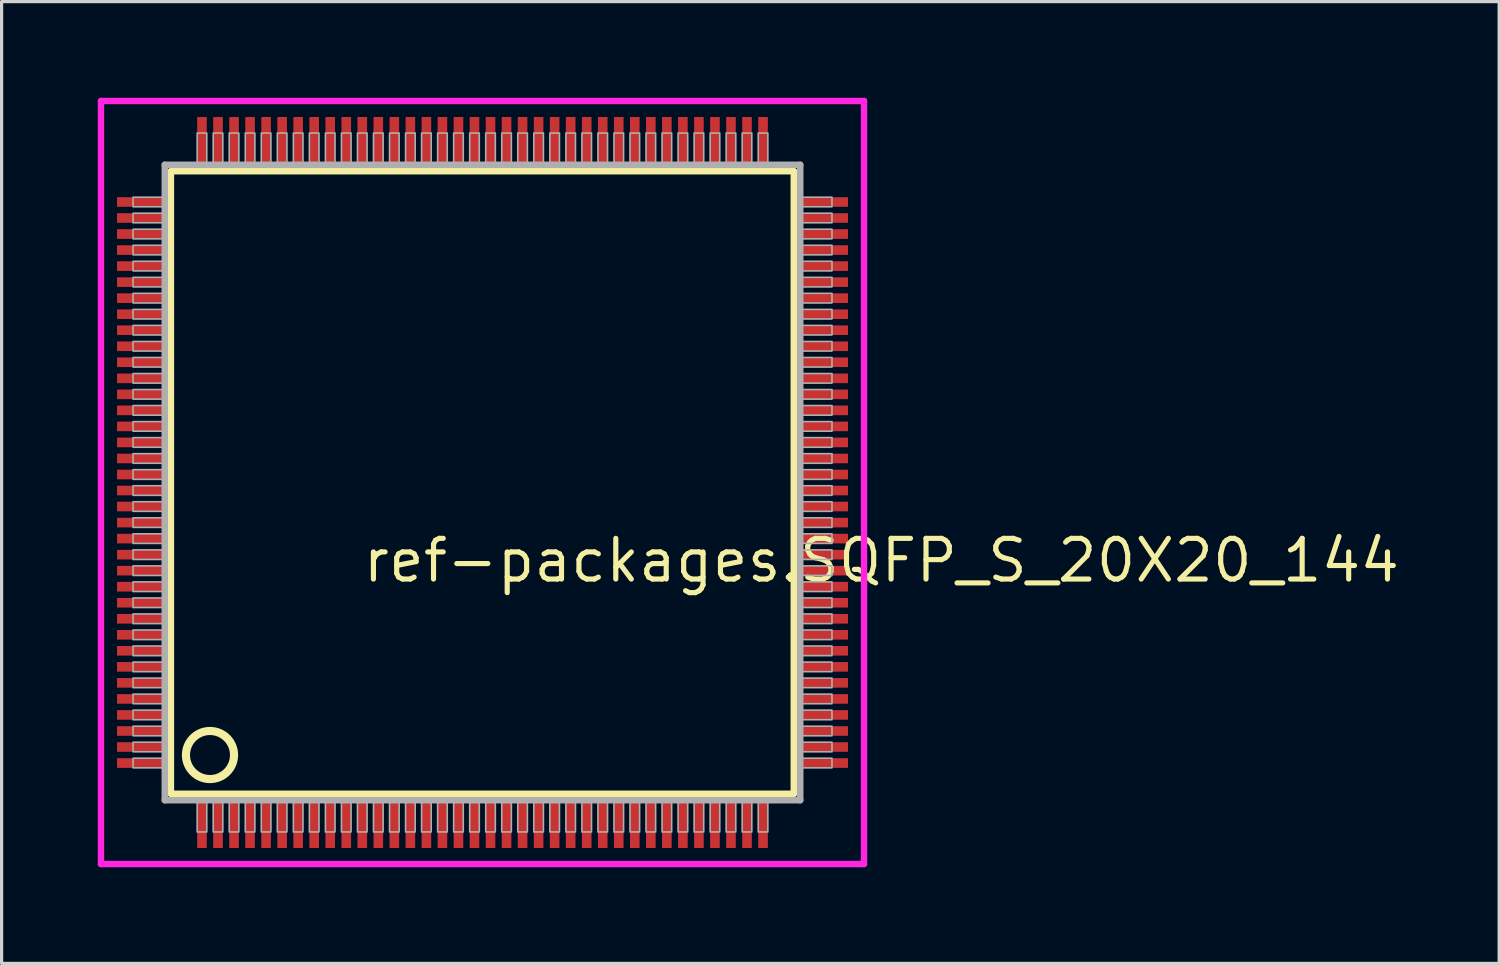
<source format=kicad_pcb>
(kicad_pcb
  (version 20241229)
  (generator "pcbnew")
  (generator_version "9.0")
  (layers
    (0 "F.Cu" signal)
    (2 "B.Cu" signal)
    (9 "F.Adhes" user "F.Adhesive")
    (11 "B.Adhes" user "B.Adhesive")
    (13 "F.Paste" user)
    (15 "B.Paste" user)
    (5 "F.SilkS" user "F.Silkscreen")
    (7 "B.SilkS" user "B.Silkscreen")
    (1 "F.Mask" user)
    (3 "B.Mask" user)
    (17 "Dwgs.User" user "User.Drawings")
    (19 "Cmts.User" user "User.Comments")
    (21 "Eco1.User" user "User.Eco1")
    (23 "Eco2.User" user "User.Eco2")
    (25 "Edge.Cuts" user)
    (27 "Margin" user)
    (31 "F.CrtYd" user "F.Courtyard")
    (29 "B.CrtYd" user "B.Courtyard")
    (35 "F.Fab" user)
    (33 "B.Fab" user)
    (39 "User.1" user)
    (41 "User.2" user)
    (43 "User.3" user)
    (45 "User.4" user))
  (footprint "ref-packages.SQFP_S_20X20_144"
    (layer "F.Cu")
    (at 12 12)
    (property "Reference" "ref-packages.SQFP_S_20X20_144" (at -3.81 3.175 0) (layer "F.SilkS") (effects (font (size 1.27 1.27) (thickness 0.16)) (justify left bottom)))
    (attr smd)
    (fp_line (start -9.72 -9.71) (end 9.71 -9.71) (stroke (width 0.203) (type default)) (layer "F.SilkS"))
    (fp_line (start -9.72 9.71) (end -9.72 -9.71) (stroke (width 0.203) (type default)) (layer "F.SilkS"))
    (fp_line (start 9.71 -9.71) (end 9.71 9.71) (stroke (width 0.203) (type default)) (layer "F.SilkS"))
    (fp_line (start 9.71 9.71) (end -9.72 9.71) (stroke (width 0.203) (type default)) (layer "F.SilkS"))
    (fp_circle (center -8.5 8.5) (end -7.75 8.5) (stroke (width 0.254) (type default)) (fill no) (layer "F.SilkS"))
    (fp_line (start -11.9 -11.9) (end 11.9 -11.9) (stroke (width 0.2) (type default)) (layer "F.CrtYd"))
    (fp_line (start -11.9 11.9) (end -11.9 -11.9) (stroke (width 0.2) (type default)) (layer "F.CrtYd"))
    (fp_line (start 11.9 -11.9) (end 11.9 11.9) (stroke (width 0.2) (type default)) (layer "F.CrtYd"))
    (fp_line (start 11.9 11.9) (end -11.9 11.9) (stroke (width 0.2) (type default)) (layer "F.CrtYd"))
    (fp_line (start -9.91 -9.91) (end -9.91 9.91) (stroke (width 0.203) (type default)) (layer "F.Fab"))
    (fp_line (start -9.91 9.91) (end 9.91 9.91) (stroke (width 0.203) (type default)) (layer "F.Fab"))
    (fp_line (start 9.91 -9.91) (end -9.91 -9.91) (stroke (width 0.203) (type default)) (layer "F.Fab"))
    (fp_line (start 9.91 9.91) (end 9.91 -9.91) (stroke (width 0.203) (type default)) (layer "F.Fab"))
    (fp_rect (start -10.9 -8.6) (end -9.95 -8.9) (stroke (width 0.05) (type default)) (fill no) (layer "F.Fab"))
    (fp_rect (start -10.9 -8.1) (end -9.95 -8.4) (stroke (width 0.05) (type default)) (fill no) (layer "F.Fab"))
    (fp_rect (start -10.9 -7.6) (end -9.95 -7.9) (stroke (width 0.05) (type default)) (fill no) (layer "F.Fab"))
    (fp_rect (start -10.9 -7.1) (end -9.95 -7.4) (stroke (width 0.05) (type default)) (fill no) (layer "F.Fab"))
    (fp_rect (start -10.9 -6.6) (end -9.95 -6.9) (stroke (width 0.05) (type default)) (fill no) (layer "F.Fab"))
    (fp_rect (start -10.9 -6.1) (end -9.95 -6.4) (stroke (width 0.05) (type default)) (fill no) (layer "F.Fab"))
    (fp_rect (start -10.9 -5.6) (end -9.95 -5.9) (stroke (width 0.05) (type default)) (fill no) (layer "F.Fab"))
    (fp_rect (start -10.9 -5.1) (end -9.95 -5.4) (stroke (width 0.05) (type default)) (fill no) (layer "F.Fab"))
    (fp_rect (start -10.9 -4.6) (end -9.95 -4.9) (stroke (width 0.05) (type default)) (fill no) (layer "F.Fab"))
    (fp_rect (start -10.9 -4.1) (end -9.95 -4.4) (stroke (width 0.05) (type default)) (fill no) (layer "F.Fab"))
    (fp_rect (start -10.9 -3.6) (end -9.95 -3.9) (stroke (width 0.05) (type default)) (fill no) (layer "F.Fab"))
    (fp_rect (start -10.9 -3.1) (end -9.95 -3.4) (stroke (width 0.05) (type default)) (fill no) (layer "F.Fab"))
    (fp_rect (start -10.9 -2.6) (end -9.95 -2.9) (stroke (width 0.05) (type default)) (fill no) (layer "F.Fab"))
    (fp_rect (start -10.9 -2.1) (end -9.95 -2.4) (stroke (width 0.05) (type default)) (fill no) (layer "F.Fab"))
    (fp_rect (start -10.9 -1.6) (end -9.95 -1.9) (stroke (width 0.05) (type default)) (fill no) (layer "F.Fab"))
    (fp_rect (start -10.9 -1.1) (end -9.95 -1.4) (stroke (width 0.05) (type default)) (fill no) (layer "F.Fab"))
    (fp_rect (start -10.9 -0.6) (end -9.95 -0.9) (stroke (width 0.05) (type default)) (fill no) (layer "F.Fab"))
    (fp_rect (start -10.9 -0.1) (end -9.95 -0.4) (stroke (width 0.05) (type default)) (fill no) (layer "F.Fab"))
    (fp_rect (start -10.9 0.4) (end -9.95 0.1) (stroke (width 0.05) (type default)) (fill no) (layer "F.Fab"))
    (fp_rect (start -10.9 0.9) (end -9.95 0.6) (stroke (width 0.05) (type default)) (fill no) (layer "F.Fab"))
    (fp_rect (start -10.9 1.4) (end -9.95 1.1) (stroke (width 0.05) (type default)) (fill no) (layer "F.Fab"))
    (fp_rect (start -10.9 1.9) (end -9.95 1.6) (stroke (width 0.05) (type default)) (fill no) (layer "F.Fab"))
    (fp_rect (start -10.9 2.4) (end -9.95 2.1) (stroke (width 0.05) (type default)) (fill no) (layer "F.Fab"))
    (fp_rect (start -10.9 2.9) (end -9.95 2.6) (stroke (width 0.05) (type default)) (fill no) (layer "F.Fab"))
    (fp_rect (start -10.9 3.4) (end -9.95 3.1) (stroke (width 0.05) (type default)) (fill no) (layer "F.Fab"))
    (fp_rect (start -10.9 3.9) (end -9.95 3.6) (stroke (width 0.05) (type default)) (fill no) (layer "F.Fab"))
    (fp_rect (start -10.9 4.4) (end -9.95 4.1) (stroke (width 0.05) (type default)) (fill no) (layer "F.Fab"))
    (fp_rect (start -10.9 4.9) (end -9.95 4.6) (stroke (width 0.05) (type default)) (fill no) (layer "F.Fab"))
    (fp_rect (start -10.9 5.4) (end -9.95 5.1) (stroke (width 0.05) (type default)) (fill no) (layer "F.Fab"))
    (fp_rect (start -10.9 5.9) (end -9.95 5.6) (stroke (width 0.05) (type default)) (fill no) (layer "F.Fab"))
    (fp_rect (start -10.9 6.4) (end -9.95 6.1) (stroke (width 0.05) (type default)) (fill no) (layer "F.Fab"))
    (fp_rect (start -10.9 6.9) (end -9.95 6.6) (stroke (width 0.05) (type default)) (fill no) (layer "F.Fab"))
    (fp_rect (start -10.9 7.4) (end -9.95 7.1) (stroke (width 0.05) (type default)) (fill no) (layer "F.Fab"))
    (fp_rect (start -10.9 7.9) (end -9.95 7.6) (stroke (width 0.05) (type default)) (fill no) (layer "F.Fab"))
    (fp_rect (start -10.9 8.4) (end -9.95 8.1) (stroke (width 0.05) (type default)) (fill no) (layer "F.Fab"))
    (fp_rect (start -10.9 8.9) (end -9.95 8.6) (stroke (width 0.05) (type default)) (fill no) (layer "F.Fab"))
    (fp_rect (start -8.9 -9.95) (end -8.6 -10.9) (stroke (width 0.05) (type default)) (fill no) (layer "F.Fab"))
    (fp_rect (start -8.9 10.9) (end -8.6 9.95) (stroke (width 0.05) (type default)) (fill no) (layer "F.Fab"))
    (fp_rect (start -8.4 -9.95) (end -8.1 -10.9) (stroke (width 0.05) (type default)) (fill no) (layer "F.Fab"))
    (fp_rect (start -8.4 10.9) (end -8.1 9.95) (stroke (width 0.05) (type default)) (fill no) (layer "F.Fab"))
    (fp_rect (start -7.9 -9.95) (end -7.6 -10.9) (stroke (width 0.05) (type default)) (fill no) (layer "F.Fab"))
    (fp_rect (start -7.9 10.9) (end -7.6 9.95) (stroke (width 0.05) (type default)) (fill no) (layer "F.Fab"))
    (fp_rect (start -7.4 -9.95) (end -7.1 -10.9) (stroke (width 0.05) (type default)) (fill no) (layer "F.Fab"))
    (fp_rect (start -7.4 10.9) (end -7.1 9.95) (stroke (width 0.05) (type default)) (fill no) (layer "F.Fab"))
    (fp_rect (start -6.9 -9.95) (end -6.6 -10.9) (stroke (width 0.05) (type default)) (fill no) (layer "F.Fab"))
    (fp_rect (start -6.9 10.9) (end -6.6 9.95) (stroke (width 0.05) (type default)) (fill no) (layer "F.Fab"))
    (fp_rect (start -6.4 -9.95) (end -6.1 -10.9) (stroke (width 0.05) (type default)) (fill no) (layer "F.Fab"))
    (fp_rect (start -6.4 10.9) (end -6.1 9.95) (stroke (width 0.05) (type default)) (fill no) (layer "F.Fab"))
    (fp_rect (start -5.9 -9.95) (end -5.6 -10.9) (stroke (width 0.05) (type default)) (fill no) (layer "F.Fab"))
    (fp_rect (start -5.9 10.9) (end -5.6 9.95) (stroke (width 0.05) (type default)) (fill no) (layer "F.Fab"))
    (fp_rect (start -5.4 -9.95) (end -5.1 -10.9) (stroke (width 0.05) (type default)) (fill no) (layer "F.Fab"))
    (fp_rect (start -5.4 10.9) (end -5.1 9.95) (stroke (width 0.05) (type default)) (fill no) (layer "F.Fab"))
    (fp_rect (start -4.9 -9.95) (end -4.6 -10.9) (stroke (width 0.05) (type default)) (fill no) (layer "F.Fab"))
    (fp_rect (start -4.9 10.9) (end -4.6 9.95) (stroke (width 0.05) (type default)) (fill no) (layer "F.Fab"))
    (fp_rect (start -4.4 -9.95) (end -4.1 -10.9) (stroke (width 0.05) (type default)) (fill no) (layer "F.Fab"))
    (fp_rect (start -4.4 10.9) (end -4.1 9.95) (stroke (width 0.05) (type default)) (fill no) (layer "F.Fab"))
    (fp_rect (start -3.9 -9.95) (end -3.6 -10.9) (stroke (width 0.05) (type default)) (fill no) (layer "F.Fab"))
    (fp_rect (start -3.9 10.9) (end -3.6 9.95) (stroke (width 0.05) (type default)) (fill no) (layer "F.Fab"))
    (fp_rect (start -3.4 -9.95) (end -3.1 -10.9) (stroke (width 0.05) (type default)) (fill no) (layer "F.Fab"))
    (fp_rect (start -3.4 10.9) (end -3.1 9.95) (stroke (width 0.05) (type default)) (fill no) (layer "F.Fab"))
    (fp_rect (start -2.9 -9.95) (end -2.6 -10.9) (stroke (width 0.05) (type default)) (fill no) (layer "F.Fab"))
    (fp_rect (start -2.9 10.9) (end -2.6 9.95) (stroke (width 0.05) (type default)) (fill no) (layer "F.Fab"))
    (fp_rect (start -2.4 -9.95) (end -2.1 -10.9) (stroke (width 0.05) (type default)) (fill no) (layer "F.Fab"))
    (fp_rect (start -2.4 10.9) (end -2.1 9.95) (stroke (width 0.05) (type default)) (fill no) (layer "F.Fab"))
    (fp_rect (start -1.9 -9.95) (end -1.6 -10.9) (stroke (width 0.05) (type default)) (fill no) (layer "F.Fab"))
    (fp_rect (start -1.9 10.9) (end -1.6 9.95) (stroke (width 0.05) (type default)) (fill no) (layer "F.Fab"))
    (fp_rect (start -1.4 -9.95) (end -1.1 -10.9) (stroke (width 0.05) (type default)) (fill no) (layer "F.Fab"))
    (fp_rect (start -1.4 10.9) (end -1.1 9.95) (stroke (width 0.05) (type default)) (fill no) (layer "F.Fab"))
    (fp_rect (start -0.9 -9.95) (end -0.6 -10.9) (stroke (width 0.05) (type default)) (fill no) (layer "F.Fab"))
    (fp_rect (start -0.9 10.9) (end -0.6 9.95) (stroke (width 0.05) (type default)) (fill no) (layer "F.Fab"))
    (fp_rect (start -0.4 -9.95) (end -0.1 -10.9) (stroke (width 0.05) (type default)) (fill no) (layer "F.Fab"))
    (fp_rect (start -0.4 10.9) (end -0.1 9.95) (stroke (width 0.05) (type default)) (fill no) (layer "F.Fab"))
    (fp_rect (start 0.1 -9.95) (end 0.4 -10.9) (stroke (width 0.05) (type default)) (fill no) (layer "F.Fab"))
    (fp_rect (start 0.1 10.9) (end 0.4 9.95) (stroke (width 0.05) (type default)) (fill no) (layer "F.Fab"))
    (fp_rect (start 0.6 -9.95) (end 0.9 -10.9) (stroke (width 0.05) (type default)) (fill no) (layer "F.Fab"))
    (fp_rect (start 0.6 10.9) (end 0.9 9.95) (stroke (width 0.05) (type default)) (fill no) (layer "F.Fab"))
    (fp_rect (start 1.1 -9.95) (end 1.4 -10.9) (stroke (width 0.05) (type default)) (fill no) (layer "F.Fab"))
    (fp_rect (start 1.1 10.9) (end 1.4 9.95) (stroke (width 0.05) (type default)) (fill no) (layer "F.Fab"))
    (fp_rect (start 1.6 -9.95) (end 1.9 -10.9) (stroke (width 0.05) (type default)) (fill no) (layer "F.Fab"))
    (fp_rect (start 1.6 10.9) (end 1.9 9.95) (stroke (width 0.05) (type default)) (fill no) (layer "F.Fab"))
    (fp_rect (start 2.1 -9.95) (end 2.4 -10.9) (stroke (width 0.05) (type default)) (fill no) (layer "F.Fab"))
    (fp_rect (start 2.1 10.9) (end 2.4 9.95) (stroke (width 0.05) (type default)) (fill no) (layer "F.Fab"))
    (fp_rect (start 2.6 -9.95) (end 2.9 -10.9) (stroke (width 0.05) (type default)) (fill no) (layer "F.Fab"))
    (fp_rect (start 2.6 10.9) (end 2.9 9.95) (stroke (width 0.05) (type default)) (fill no) (layer "F.Fab"))
    (fp_rect (start 3.1 -9.95) (end 3.4 -10.9) (stroke (width 0.05) (type default)) (fill no) (layer "F.Fab"))
    (fp_rect (start 3.1 10.9) (end 3.4 9.95) (stroke (width 0.05) (type default)) (fill no) (layer "F.Fab"))
    (fp_rect (start 3.6 -9.95) (end 3.9 -10.9) (stroke (width 0.05) (type default)) (fill no) (layer "F.Fab"))
    (fp_rect (start 3.6 10.9) (end 3.9 9.95) (stroke (width 0.05) (type default)) (fill no) (layer "F.Fab"))
    (fp_rect (start 4.1 -9.95) (end 4.4 -10.9) (stroke (width 0.05) (type default)) (fill no) (layer "F.Fab"))
    (fp_rect (start 4.1 10.9) (end 4.4 9.95) (stroke (width 0.05) (type default)) (fill no) (layer "F.Fab"))
    (fp_rect (start 4.6 -9.95) (end 4.9 -10.9) (stroke (width 0.05) (type default)) (fill no) (layer "F.Fab"))
    (fp_rect (start 4.6 10.9) (end 4.9 9.95) (stroke (width 0.05) (type default)) (fill no) (layer "F.Fab"))
    (fp_rect (start 5.1 -9.95) (end 5.4 -10.9) (stroke (width 0.05) (type default)) (fill no) (layer "F.Fab"))
    (fp_rect (start 5.1 10.9) (end 5.4 9.95) (stroke (width 0.05) (type default)) (fill no) (layer "F.Fab"))
    (fp_rect (start 5.6 -9.95) (end 5.9 -10.9) (stroke (width 0.05) (type default)) (fill no) (layer "F.Fab"))
    (fp_rect (start 5.6 10.9) (end 5.9 9.95) (stroke (width 0.05) (type default)) (fill no) (layer "F.Fab"))
    (fp_rect (start 6.1 -9.95) (end 6.4 -10.9) (stroke (width 0.05) (type default)) (fill no) (layer "F.Fab"))
    (fp_rect (start 6.1 10.9) (end 6.4 9.95) (stroke (width 0.05) (type default)) (fill no) (layer "F.Fab"))
    (fp_rect (start 6.6 -9.95) (end 6.9 -10.9) (stroke (width 0.05) (type default)) (fill no) (layer "F.Fab"))
    (fp_rect (start 6.6 10.9) (end 6.9 9.95) (stroke (width 0.05) (type default)) (fill no) (layer "F.Fab"))
    (fp_rect (start 7.1 -9.95) (end 7.4 -10.9) (stroke (width 0.05) (type default)) (fill no) (layer "F.Fab"))
    (fp_rect (start 7.1 10.9) (end 7.4 9.95) (stroke (width 0.05) (type default)) (fill no) (layer "F.Fab"))
    (fp_rect (start 7.6 -9.95) (end 7.9 -10.9) (stroke (width 0.05) (type default)) (fill no) (layer "F.Fab"))
    (fp_rect (start 7.6 10.9) (end 7.9 9.95) (stroke (width 0.05) (type default)) (fill no) (layer "F.Fab"))
    (fp_rect (start 8.1 -9.95) (end 8.4 -10.9) (stroke (width 0.05) (type default)) (fill no) (layer "F.Fab"))
    (fp_rect (start 8.1 10.9) (end 8.4 9.95) (stroke (width 0.05) (type default)) (fill no) (layer "F.Fab"))
    (fp_rect (start 8.6 -9.95) (end 8.9 -10.9) (stroke (width 0.05) (type default)) (fill no) (layer "F.Fab"))
    (fp_rect (start 8.6 10.9) (end 8.9 9.95) (stroke (width 0.05) (type default)) (fill no) (layer "F.Fab"))
    (fp_rect (start 9.95 -8.6) (end 10.9 -8.9) (stroke (width 0.05) (type default)) (fill no) (layer "F.Fab"))
    (fp_rect (start 9.95 -8.1) (end 10.9 -8.4) (stroke (width 0.05) (type default)) (fill no) (layer "F.Fab"))
    (fp_rect (start 9.95 -7.6) (end 10.9 -7.9) (stroke (width 0.05) (type default)) (fill no) (layer "F.Fab"))
    (fp_rect (start 9.95 -7.1) (end 10.9 -7.4) (stroke (width 0.05) (type default)) (fill no) (layer "F.Fab"))
    (fp_rect (start 9.95 -6.6) (end 10.9 -6.9) (stroke (width 0.05) (type default)) (fill no) (layer "F.Fab"))
    (fp_rect (start 9.95 -6.1) (end 10.9 -6.4) (stroke (width 0.05) (type default)) (fill no) (layer "F.Fab"))
    (fp_rect (start 9.95 -5.6) (end 10.9 -5.9) (stroke (width 0.05) (type default)) (fill no) (layer "F.Fab"))
    (fp_rect (start 9.95 -5.1) (end 10.9 -5.4) (stroke (width 0.05) (type default)) (fill no) (layer "F.Fab"))
    (fp_rect (start 9.95 -4.6) (end 10.9 -4.9) (stroke (width 0.05) (type default)) (fill no) (layer "F.Fab"))
    (fp_rect (start 9.95 -4.1) (end 10.9 -4.4) (stroke (width 0.05) (type default)) (fill no) (layer "F.Fab"))
    (fp_rect (start 9.95 -3.6) (end 10.9 -3.9) (stroke (width 0.05) (type default)) (fill no) (layer "F.Fab"))
    (fp_rect (start 9.95 -3.1) (end 10.9 -3.4) (stroke (width 0.05) (type default)) (fill no) (layer "F.Fab"))
    (fp_rect (start 9.95 -2.6) (end 10.9 -2.9) (stroke (width 0.05) (type default)) (fill no) (layer "F.Fab"))
    (fp_rect (start 9.95 -2.1) (end 10.9 -2.4) (stroke (width 0.05) (type default)) (fill no) (layer "F.Fab"))
    (fp_rect (start 9.95 -1.6) (end 10.9 -1.9) (stroke (width 0.05) (type default)) (fill no) (layer "F.Fab"))
    (fp_rect (start 9.95 -1.1) (end 10.9 -1.4) (stroke (width 0.05) (type default)) (fill no) (layer "F.Fab"))
    (fp_rect (start 9.95 -0.6) (end 10.9 -0.9) (stroke (width 0.05) (type default)) (fill no) (layer "F.Fab"))
    (fp_rect (start 9.95 -0.1) (end 10.9 -0.4) (stroke (width 0.05) (type default)) (fill no) (layer "F.Fab"))
    (fp_rect (start 9.95 0.4) (end 10.9 0.1) (stroke (width 0.05) (type default)) (fill no) (layer "F.Fab"))
    (fp_rect (start 9.95 0.9) (end 10.9 0.6) (stroke (width 0.05) (type default)) (fill no) (layer "F.Fab"))
    (fp_rect (start 9.95 1.4) (end 10.9 1.1) (stroke (width 0.05) (type default)) (fill no) (layer "F.Fab"))
    (fp_rect (start 9.95 1.9) (end 10.9 1.6) (stroke (width 0.05) (type default)) (fill no) (layer "F.Fab"))
    (fp_rect (start 9.95 2.4) (end 10.9 2.1) (stroke (width 0.05) (type default)) (fill no) (layer "F.Fab"))
    (fp_rect (start 9.95 2.9) (end 10.9 2.6) (stroke (width 0.05) (type default)) (fill no) (layer "F.Fab"))
    (fp_rect (start 9.95 3.4) (end 10.9 3.1) (stroke (width 0.05) (type default)) (fill no) (layer "F.Fab"))
    (fp_rect (start 9.95 3.9) (end 10.9 3.6) (stroke (width 0.05) (type default)) (fill no) (layer "F.Fab"))
    (fp_rect (start 9.95 4.4) (end 10.9 4.1) (stroke (width 0.05) (type default)) (fill no) (layer "F.Fab"))
    (fp_rect (start 9.95 4.9) (end 10.9 4.6) (stroke (width 0.05) (type default)) (fill no) (layer "F.Fab"))
    (fp_rect (start 9.95 5.4) (end 10.9 5.1) (stroke (width 0.05) (type default)) (fill no) (layer "F.Fab"))
    (fp_rect (start 9.95 5.9) (end 10.9 5.6) (stroke (width 0.05) (type default)) (fill no) (layer "F.Fab"))
    (fp_rect (start 9.95 6.4) (end 10.9 6.1) (stroke (width 0.05) (type default)) (fill no) (layer "F.Fab"))
    (fp_rect (start 9.95 6.9) (end 10.9 6.6) (stroke (width 0.05) (type default)) (fill no) (layer "F.Fab"))
    (fp_rect (start 9.95 7.4) (end 10.9 7.1) (stroke (width 0.05) (type default)) (fill no) (layer "F.Fab"))
    (fp_rect (start 9.95 7.9) (end 10.9 7.6) (stroke (width 0.05) (type default)) (fill no) (layer "F.Fab"))
    (fp_rect (start 9.95 8.4) (end 10.9 8.1) (stroke (width 0.05) (type default)) (fill no) (layer "F.Fab"))
    (fp_rect (start 9.95 8.9) (end 10.9 8.6) (stroke (width 0.05) (type default)) (fill no) (layer "F.Fab"))
    (pad "1" smd roundrect (at -8.75 10.6) (size 0.3 1.6) (layers "F.Cu" "F.Mask" "F.Paste") (roundrect_rratio 0.01))
    (pad "2" smd roundrect (at -8.25 10.6) (size 0.3 1.6) (layers "F.Cu" "F.Mask" "F.Paste") (roundrect_rratio 0.01))
    (pad "3" smd roundrect (at -7.75 10.6) (size 0.3 1.6) (layers "F.Cu" "F.Mask" "F.Paste") (roundrect_rratio 0.01))
    (pad "4" smd roundrect (at -7.25 10.6) (size 0.3 1.6) (layers "F.Cu" "F.Mask" "F.Paste") (roundrect_rratio 0.01))
    (pad "5" smd roundrect (at -6.75 10.6) (size 0.3 1.6) (layers "F.Cu" "F.Mask" "F.Paste") (roundrect_rratio 0.01))
    (pad "6" smd roundrect (at -6.25 10.6) (size 0.3 1.6) (layers "F.Cu" "F.Mask" "F.Paste") (roundrect_rratio 0.01))
    (pad "7" smd roundrect (at -5.75 10.6) (size 0.3 1.6) (layers "F.Cu" "F.Mask" "F.Paste") (roundrect_rratio 0.01))
    (pad "8" smd roundrect (at -5.25 10.6) (size 0.3 1.6) (layers "F.Cu" "F.Mask" "F.Paste") (roundrect_rratio 0.01))
    (pad "9" smd roundrect (at -4.75 10.6) (size 0.3 1.6) (layers "F.Cu" "F.Mask" "F.Paste") (roundrect_rratio 0.01))
    (pad "10" smd roundrect (at -4.25 10.6) (size 0.3 1.6) (layers "F.Cu" "F.Mask" "F.Paste") (roundrect_rratio 0.01))
    (pad "11" smd roundrect (at -3.75 10.6) (size 0.3 1.6) (layers "F.Cu" "F.Mask" "F.Paste") (roundrect_rratio 0.01))
    (pad "12" smd roundrect (at -3.25 10.6) (size 0.3 1.6) (layers "F.Cu" "F.Mask" "F.Paste") (roundrect_rratio 0.01))
    (pad "13" smd roundrect (at -2.75 10.6) (size 0.3 1.6) (layers "F.Cu" "F.Mask" "F.Paste") (roundrect_rratio 0.01))
    (pad "14" smd roundrect (at -2.25 10.6) (size 0.3 1.6) (layers "F.Cu" "F.Mask" "F.Paste") (roundrect_rratio 0.01))
    (pad "15" smd roundrect (at -1.75 10.6) (size 0.3 1.6) (layers "F.Cu" "F.Mask" "F.Paste") (roundrect_rratio 0.01))
    (pad "16" smd roundrect (at -1.25 10.6) (size 0.3 1.6) (layers "F.Cu" "F.Mask" "F.Paste") (roundrect_rratio 0.01))
    (pad "17" smd roundrect (at -0.75 10.6) (size 0.3 1.6) (layers "F.Cu" "F.Mask" "F.Paste") (roundrect_rratio 0.01))
    (pad "18" smd roundrect (at -0.25 10.6) (size 0.3 1.6) (layers "F.Cu" "F.Mask" "F.Paste") (roundrect_rratio 0.01))
    (pad "19" smd roundrect (at 0.25 10.6) (size 0.3 1.6) (layers "F.Cu" "F.Mask" "F.Paste") (roundrect_rratio 0.01))
    (pad "20" smd roundrect (at 0.75 10.6) (size 0.3 1.6) (layers "F.Cu" "F.Mask" "F.Paste") (roundrect_rratio 0.01))
    (pad "21" smd roundrect (at 1.25 10.6) (size 0.3 1.6) (layers "F.Cu" "F.Mask" "F.Paste") (roundrect_rratio 0.01))
    (pad "22" smd roundrect (at 1.75 10.6) (size 0.3 1.6) (layers "F.Cu" "F.Mask" "F.Paste") (roundrect_rratio 0.01))
    (pad "23" smd roundrect (at 2.25 10.6) (size 0.3 1.6) (layers "F.Cu" "F.Mask" "F.Paste") (roundrect_rratio 0.01))
    (pad "24" smd roundrect (at 2.75 10.6) (size 0.3 1.6) (layers "F.Cu" "F.Mask" "F.Paste") (roundrect_rratio 0.01))
    (pad "25" smd roundrect (at 3.25 10.6) (size 0.3 1.6) (layers "F.Cu" "F.Mask" "F.Paste") (roundrect_rratio 0.01))
    (pad "26" smd roundrect (at 3.75 10.6) (size 0.3 1.6) (layers "F.Cu" "F.Mask" "F.Paste") (roundrect_rratio 0.01))
    (pad "27" smd roundrect (at 4.25 10.6) (size 0.3 1.6) (layers "F.Cu" "F.Mask" "F.Paste") (roundrect_rratio 0.01))
    (pad "28" smd roundrect (at 4.75 10.6) (size 0.3 1.6) (layers "F.Cu" "F.Mask" "F.Paste") (roundrect_rratio 0.01))
    (pad "29" smd roundrect (at 5.25 10.6) (size 0.3 1.6) (layers "F.Cu" "F.Mask" "F.Paste") (roundrect_rratio 0.01))
    (pad "30" smd roundrect (at 5.75 10.6) (size 0.3 1.6) (layers "F.Cu" "F.Mask" "F.Paste") (roundrect_rratio 0.01))
    (pad "31" smd roundrect (at 6.25 10.6) (size 0.3 1.6) (layers "F.Cu" "F.Mask" "F.Paste") (roundrect_rratio 0.01))
    (pad "32" smd roundrect (at 6.75 10.6) (size 0.3 1.6) (layers "F.Cu" "F.Mask" "F.Paste") (roundrect_rratio 0.01))
    (pad "33" smd roundrect (at 7.25 10.6) (size 0.3 1.6) (layers "F.Cu" "F.Mask" "F.Paste") (roundrect_rratio 0.01))
    (pad "34" smd roundrect (at 7.75 10.6) (size 0.3 1.6) (layers "F.Cu" "F.Mask" "F.Paste") (roundrect_rratio 0.01))
    (pad "35" smd roundrect (at 8.25 10.6) (size 0.3 1.6) (layers "F.Cu" "F.Mask" "F.Paste") (roundrect_rratio 0.01))
    (pad "36" smd roundrect (at 8.75 10.6) (size 0.3 1.6) (layers "F.Cu" "F.Mask" "F.Paste") (roundrect_rratio 0.01))
    (pad "37" smd roundrect (at 10.6 8.75) (size 1.6 0.3) (layers "F.Cu" "F.Mask" "F.Paste") (roundrect_rratio 0.01))
    (pad "38" smd roundrect (at 10.6 8.25) (size 1.6 0.3) (layers "F.Cu" "F.Mask" "F.Paste") (roundrect_rratio 0.01))
    (pad "39" smd roundrect (at 10.6 7.75) (size 1.6 0.3) (layers "F.Cu" "F.Mask" "F.Paste") (roundrect_rratio 0.01))
    (pad "40" smd roundrect (at 10.6 7.25) (size 1.6 0.3) (layers "F.Cu" "F.Mask" "F.Paste") (roundrect_rratio 0.01))
    (pad "41" smd roundrect (at 10.6 6.75) (size 1.6 0.3) (layers "F.Cu" "F.Mask" "F.Paste") (roundrect_rratio 0.01))
    (pad "42" smd roundrect (at 10.6 6.25) (size 1.6 0.3) (layers "F.Cu" "F.Mask" "F.Paste") (roundrect_rratio 0.01))
    (pad "43" smd roundrect (at 10.6 5.75) (size 1.6 0.3) (layers "F.Cu" "F.Mask" "F.Paste") (roundrect_rratio 0.01))
    (pad "44" smd roundrect (at 10.6 5.25) (size 1.6 0.3) (layers "F.Cu" "F.Mask" "F.Paste") (roundrect_rratio 0.01))
    (pad "45" smd roundrect (at 10.6 4.75) (size 1.6 0.3) (layers "F.Cu" "F.Mask" "F.Paste") (roundrect_rratio 0.01))
    (pad "46" smd roundrect (at 10.6 4.25) (size 1.6 0.3) (layers "F.Cu" "F.Mask" "F.Paste") (roundrect_rratio 0.01))
    (pad "47" smd roundrect (at 10.6 3.75) (size 1.6 0.3) (layers "F.Cu" "F.Mask" "F.Paste") (roundrect_rratio 0.01))
    (pad "48" smd roundrect (at 10.6 3.25) (size 1.6 0.3) (layers "F.Cu" "F.Mask" "F.Paste") (roundrect_rratio 0.01))
    (pad "49" smd roundrect (at 10.6 2.75) (size 1.6 0.3) (layers "F.Cu" "F.Mask" "F.Paste") (roundrect_rratio 0.01))
    (pad "50" smd roundrect (at 10.6 2.25) (size 1.6 0.3) (layers "F.Cu" "F.Mask" "F.Paste") (roundrect_rratio 0.01))
    (pad "51" smd roundrect (at 10.6 1.75) (size 1.6 0.3) (layers "F.Cu" "F.Mask" "F.Paste") (roundrect_rratio 0.01))
    (pad "52" smd roundrect (at 10.6 1.25) (size 1.6 0.3) (layers "F.Cu" "F.Mask" "F.Paste") (roundrect_rratio 0.01))
    (pad "53" smd roundrect (at 10.6 0.75) (size 1.6 0.3) (layers "F.Cu" "F.Mask" "F.Paste") (roundrect_rratio 0.01))
    (pad "54" smd roundrect (at 10.6 0.25) (size 1.6 0.3) (layers "F.Cu" "F.Mask" "F.Paste") (roundrect_rratio 0.01))
    (pad "55" smd roundrect (at 10.6 -0.25) (size 1.6 0.3) (layers "F.Cu" "F.Mask" "F.Paste") (roundrect_rratio 0.01))
    (pad "56" smd roundrect (at 10.6 -0.75) (size 1.6 0.3) (layers "F.Cu" "F.Mask" "F.Paste") (roundrect_rratio 0.01))
    (pad "57" smd roundrect (at 10.6 -1.25) (size 1.6 0.3) (layers "F.Cu" "F.Mask" "F.Paste") (roundrect_rratio 0.01))
    (pad "58" smd roundrect (at 10.6 -1.75) (size 1.6 0.3) (layers "F.Cu" "F.Mask" "F.Paste") (roundrect_rratio 0.01))
    (pad "59" smd roundrect (at 10.6 -2.25) (size 1.6 0.3) (layers "F.Cu" "F.Mask" "F.Paste") (roundrect_rratio 0.01))
    (pad "60" smd roundrect (at 10.6 -2.75) (size 1.6 0.3) (layers "F.Cu" "F.Mask" "F.Paste") (roundrect_rratio 0.01))
    (pad "61" smd roundrect (at 10.6 -3.25) (size 1.6 0.3) (layers "F.Cu" "F.Mask" "F.Paste") (roundrect_rratio 0.01))
    (pad "62" smd roundrect (at 10.6 -3.75) (size 1.6 0.3) (layers "F.Cu" "F.Mask" "F.Paste") (roundrect_rratio 0.01))
    (pad "63" smd roundrect (at 10.6 -4.25) (size 1.6 0.3) (layers "F.Cu" "F.Mask" "F.Paste") (roundrect_rratio 0.01))
    (pad "64" smd roundrect (at 10.6 -4.75) (size 1.6 0.3) (layers "F.Cu" "F.Mask" "F.Paste") (roundrect_rratio 0.01))
    (pad "65" smd roundrect (at 10.6 -5.25) (size 1.6 0.3) (layers "F.Cu" "F.Mask" "F.Paste") (roundrect_rratio 0.01))
    (pad "66" smd roundrect (at 10.6 -5.75) (size 1.6 0.3) (layers "F.Cu" "F.Mask" "F.Paste") (roundrect_rratio 0.01))
    (pad "67" smd roundrect (at 10.6 -6.25) (size 1.6 0.3) (layers "F.Cu" "F.Mask" "F.Paste") (roundrect_rratio 0.01))
    (pad "68" smd roundrect (at 10.6 -6.75) (size 1.6 0.3) (layers "F.Cu" "F.Mask" "F.Paste") (roundrect_rratio 0.01))
    (pad "69" smd roundrect (at 10.6 -7.25) (size 1.6 0.3) (layers "F.Cu" "F.Mask" "F.Paste") (roundrect_rratio 0.01))
    (pad "70" smd roundrect (at 10.6 -7.75) (size 1.6 0.3) (layers "F.Cu" "F.Mask" "F.Paste") (roundrect_rratio 0.01))
    (pad "71" smd roundrect (at 10.6 -8.25) (size 1.6 0.3) (layers "F.Cu" "F.Mask" "F.Paste") (roundrect_rratio 0.01))
    (pad "72" smd roundrect (at 10.6 -8.75) (size 1.6 0.3) (layers "F.Cu" "F.Mask" "F.Paste") (roundrect_rratio 0.01))
    (pad "73" smd roundrect (at 8.75 -10.6) (size 0.3 1.6) (layers "F.Cu" "F.Mask" "F.Paste") (roundrect_rratio 0.01))
    (pad "74" smd roundrect (at 8.25 -10.6) (size 0.3 1.6) (layers "F.Cu" "F.Mask" "F.Paste") (roundrect_rratio 0.01))
    (pad "75" smd roundrect (at 7.75 -10.6) (size 0.3 1.6) (layers "F.Cu" "F.Mask" "F.Paste") (roundrect_rratio 0.01))
    (pad "76" smd roundrect (at 7.25 -10.6) (size 0.3 1.6) (layers "F.Cu" "F.Mask" "F.Paste") (roundrect_rratio 0.01))
    (pad "77" smd roundrect (at 6.75 -10.6) (size 0.3 1.6) (layers "F.Cu" "F.Mask" "F.Paste") (roundrect_rratio 0.01))
    (pad "78" smd roundrect (at 6.25 -10.6) (size 0.3 1.6) (layers "F.Cu" "F.Mask" "F.Paste") (roundrect_rratio 0.01))
    (pad "79" smd roundrect (at 5.75 -10.6) (size 0.3 1.6) (layers "F.Cu" "F.Mask" "F.Paste") (roundrect_rratio 0.01))
    (pad "80" smd roundrect (at 5.25 -10.6) (size 0.3 1.6) (layers "F.Cu" "F.Mask" "F.Paste") (roundrect_rratio 0.01))
    (pad "81" smd roundrect (at 4.75 -10.6) (size 0.3 1.6) (layers "F.Cu" "F.Mask" "F.Paste") (roundrect_rratio 0.01))
    (pad "82" smd roundrect (at 4.25 -10.6) (size 0.3 1.6) (layers "F.Cu" "F.Mask" "F.Paste") (roundrect_rratio 0.01))
    (pad "83" smd roundrect (at 3.75 -10.6) (size 0.3 1.6) (layers "F.Cu" "F.Mask" "F.Paste") (roundrect_rratio 0.01))
    (pad "84" smd roundrect (at 3.25 -10.6) (size 0.3 1.6) (layers "F.Cu" "F.Mask" "F.Paste") (roundrect_rratio 0.01))
    (pad "85" smd roundrect (at 2.75 -10.6) (size 0.3 1.6) (layers "F.Cu" "F.Mask" "F.Paste") (roundrect_rratio 0.01))
    (pad "86" smd roundrect (at 2.25 -10.6) (size 0.3 1.6) (layers "F.Cu" "F.Mask" "F.Paste") (roundrect_rratio 0.01))
    (pad "87" smd roundrect (at 1.75 -10.6) (size 0.3 1.6) (layers "F.Cu" "F.Mask" "F.Paste") (roundrect_rratio 0.01))
    (pad "88" smd roundrect (at 1.25 -10.6) (size 0.3 1.6) (layers "F.Cu" "F.Mask" "F.Paste") (roundrect_rratio 0.01))
    (pad "89" smd roundrect (at 0.75 -10.6) (size 0.3 1.6) (layers "F.Cu" "F.Mask" "F.Paste") (roundrect_rratio 0.01))
    (pad "90" smd roundrect (at 0.25 -10.6) (size 0.3 1.6) (layers "F.Cu" "F.Mask" "F.Paste") (roundrect_rratio 0.01))
    (pad "91" smd roundrect (at -0.25 -10.6) (size 0.3 1.6) (layers "F.Cu" "F.Mask" "F.Paste") (roundrect_rratio 0.01))
    (pad "92" smd roundrect (at -0.75 -10.6) (size 0.3 1.6) (layers "F.Cu" "F.Mask" "F.Paste") (roundrect_rratio 0.01))
    (pad "93" smd roundrect (at -1.25 -10.6) (size 0.3 1.6) (layers "F.Cu" "F.Mask" "F.Paste") (roundrect_rratio 0.01))
    (pad "94" smd roundrect (at -1.75 -10.6) (size 0.3 1.6) (layers "F.Cu" "F.Mask" "F.Paste") (roundrect_rratio 0.01))
    (pad "95" smd roundrect (at -2.25 -10.6) (size 0.3 1.6) (layers "F.Cu" "F.Mask" "F.Paste") (roundrect_rratio 0.01))
    (pad "96" smd roundrect (at -2.75 -10.6) (size 0.3 1.6) (layers "F.Cu" "F.Mask" "F.Paste") (roundrect_rratio 0.01))
    (pad "97" smd roundrect (at -3.25 -10.6) (size 0.3 1.6) (layers "F.Cu" "F.Mask" "F.Paste") (roundrect_rratio 0.01))
    (pad "98" smd roundrect (at -3.75 -10.6) (size 0.3 1.6) (layers "F.Cu" "F.Mask" "F.Paste") (roundrect_rratio 0.01))
    (pad "99" smd roundrect (at -4.25 -10.6) (size 0.3 1.6) (layers "F.Cu" "F.Mask" "F.Paste") (roundrect_rratio 0.01))
    (pad "100" smd roundrect (at -4.75 -10.6) (size 0.3 1.6) (layers "F.Cu" "F.Mask" "F.Paste") (roundrect_rratio 0.01))
    (pad "101" smd roundrect (at -5.25 -10.6) (size 0.3 1.6) (layers "F.Cu" "F.Mask" "F.Paste") (roundrect_rratio 0.01))
    (pad "102" smd roundrect (at -5.75 -10.6) (size 0.3 1.6) (layers "F.Cu" "F.Mask" "F.Paste") (roundrect_rratio 0.01))
    (pad "103" smd roundrect (at -6.25 -10.6) (size 0.3 1.6) (layers "F.Cu" "F.Mask" "F.Paste") (roundrect_rratio 0.01))
    (pad "104" smd roundrect (at -6.75 -10.6) (size 0.3 1.6) (layers "F.Cu" "F.Mask" "F.Paste") (roundrect_rratio 0.01))
    (pad "105" smd roundrect (at -7.25 -10.6) (size 0.3 1.6) (layers "F.Cu" "F.Mask" "F.Paste") (roundrect_rratio 0.01))
    (pad "106" smd roundrect (at -7.75 -10.6) (size 0.3 1.6) (layers "F.Cu" "F.Mask" "F.Paste") (roundrect_rratio 0.01))
    (pad "107" smd roundrect (at -8.25 -10.6) (size 0.3 1.6) (layers "F.Cu" "F.Mask" "F.Paste") (roundrect_rratio 0.01))
    (pad "108" smd roundrect (at -8.75 -10.6) (size 0.3 1.6) (layers "F.Cu" "F.Mask" "F.Paste") (roundrect_rratio 0.01))
    (pad "109" smd roundrect (at -10.6 -8.75) (size 1.6 0.3) (layers "F.Cu" "F.Mask" "F.Paste") (roundrect_rratio 0.01))
    (pad "110" smd roundrect (at -10.6 -8.25) (size 1.6 0.3) (layers "F.Cu" "F.Mask" "F.Paste") (roundrect_rratio 0.01))
    (pad "111" smd roundrect (at -10.6 -7.75) (size 1.6 0.3) (layers "F.Cu" "F.Mask" "F.Paste") (roundrect_rratio 0.01))
    (pad "112" smd roundrect (at -10.6 -7.25) (size 1.6 0.3) (layers "F.Cu" "F.Mask" "F.Paste") (roundrect_rratio 0.01))
    (pad "113" smd roundrect (at -10.6 -6.75) (size 1.6 0.3) (layers "F.Cu" "F.Mask" "F.Paste") (roundrect_rratio 0.01))
    (pad "114" smd roundrect (at -10.6 -6.25) (size 1.6 0.3) (layers "F.Cu" "F.Mask" "F.Paste") (roundrect_rratio 0.01))
    (pad "115" smd roundrect (at -10.6 -5.75) (size 1.6 0.3) (layers "F.Cu" "F.Mask" "F.Paste") (roundrect_rratio 0.01))
    (pad "116" smd roundrect (at -10.6 -5.25) (size 1.6 0.3) (layers "F.Cu" "F.Mask" "F.Paste") (roundrect_rratio 0.01))
    (pad "117" smd roundrect (at -10.6 -4.75) (size 1.6 0.3) (layers "F.Cu" "F.Mask" "F.Paste") (roundrect_rratio 0.01))
    (pad "118" smd roundrect (at -10.6 -4.25) (size 1.6 0.3) (layers "F.Cu" "F.Mask" "F.Paste") (roundrect_rratio 0.01))
    (pad "119" smd roundrect (at -10.6 -3.75) (size 1.6 0.3) (layers "F.Cu" "F.Mask" "F.Paste") (roundrect_rratio 0.01))
    (pad "120" smd roundrect (at -10.6 -3.25) (size 1.6 0.3) (layers "F.Cu" "F.Mask" "F.Paste") (roundrect_rratio 0.01))
    (pad "121" smd roundrect (at -10.6 -2.75) (size 1.6 0.3) (layers "F.Cu" "F.Mask" "F.Paste") (roundrect_rratio 0.01))
    (pad "122" smd roundrect (at -10.6 -2.25) (size 1.6 0.3) (layers "F.Cu" "F.Mask" "F.Paste") (roundrect_rratio 0.01))
    (pad "123" smd roundrect (at -10.6 -1.75) (size 1.6 0.3) (layers "F.Cu" "F.Mask" "F.Paste") (roundrect_rratio 0.01))
    (pad "124" smd roundrect (at -10.6 -1.25) (size 1.6 0.3) (layers "F.Cu" "F.Mask" "F.Paste") (roundrect_rratio 0.01))
    (pad "125" smd roundrect (at -10.6 -0.75) (size 1.6 0.3) (layers "F.Cu" "F.Mask" "F.Paste") (roundrect_rratio 0.01))
    (pad "126" smd roundrect (at -10.6 -0.25) (size 1.6 0.3) (layers "F.Cu" "F.Mask" "F.Paste") (roundrect_rratio 0.01))
    (pad "127" smd roundrect (at -10.6 0.25) (size 1.6 0.3) (layers "F.Cu" "F.Mask" "F.Paste") (roundrect_rratio 0.01))
    (pad "128" smd roundrect (at -10.6 0.75) (size 1.6 0.3) (layers "F.Cu" "F.Mask" "F.Paste") (roundrect_rratio 0.01))
    (pad "129" smd roundrect (at -10.6 1.25) (size 1.6 0.3) (layers "F.Cu" "F.Mask" "F.Paste") (roundrect_rratio 0.01))
    (pad "130" smd roundrect (at -10.6 1.75) (size 1.6 0.3) (layers "F.Cu" "F.Mask" "F.Paste") (roundrect_rratio 0.01))
    (pad "131" smd roundrect (at -10.6 2.25) (size 1.6 0.3) (layers "F.Cu" "F.Mask" "F.Paste") (roundrect_rratio 0.01))
    (pad "132" smd roundrect (at -10.6 2.75) (size 1.6 0.3) (layers "F.Cu" "F.Mask" "F.Paste") (roundrect_rratio 0.01))
    (pad "133" smd roundrect (at -10.6 3.25) (size 1.6 0.3) (layers "F.Cu" "F.Mask" "F.Paste") (roundrect_rratio 0.01))
    (pad "134" smd roundrect (at -10.6 3.75) (size 1.6 0.3) (layers "F.Cu" "F.Mask" "F.Paste") (roundrect_rratio 0.01))
    (pad "135" smd roundrect (at -10.6 4.25) (size 1.6 0.3) (layers "F.Cu" "F.Mask" "F.Paste") (roundrect_rratio 0.01))
    (pad "136" smd roundrect (at -10.6 4.75) (size 1.6 0.3) (layers "F.Cu" "F.Mask" "F.Paste") (roundrect_rratio 0.01))
    (pad "137" smd roundrect (at -10.6 5.25) (size 1.6 0.3) (layers "F.Cu" "F.Mask" "F.Paste") (roundrect_rratio 0.01))
    (pad "138" smd roundrect (at -10.6 5.75) (size 1.6 0.3) (layers "F.Cu" "F.Mask" "F.Paste") (roundrect_rratio 0.01))
    (pad "139" smd roundrect (at -10.6 6.25) (size 1.6 0.3) (layers "F.Cu" "F.Mask" "F.Paste") (roundrect_rratio 0.01))
    (pad "140" smd roundrect (at -10.6 6.75) (size 1.6 0.3) (layers "F.Cu" "F.Mask" "F.Paste") (roundrect_rratio 0.01))
    (pad "141" smd roundrect (at -10.6 7.25) (size 1.6 0.3) (layers "F.Cu" "F.Mask" "F.Paste") (roundrect_rratio 0.01))
    (pad "142" smd roundrect (at -10.6 7.75) (size 1.6 0.3) (layers "F.Cu" "F.Mask" "F.Paste") (roundrect_rratio 0.01))
    (pad "143" smd roundrect (at -10.6 8.25) (size 1.6 0.3) (layers "F.Cu" "F.Mask" "F.Paste") (roundrect_rratio 0.01))
    (pad "144" smd roundrect (at -10.6 8.75) (size 1.6 0.3) (layers "F.Cu" "F.Mask" "F.Paste") (roundrect_rratio 0.01)))
  (gr_rect
    (start -3 -3)
    (end 43.71 27)
    (stroke (width 0.1) (type default))
    (fill no)
    (layer "Edge.Cuts")))
</source>
